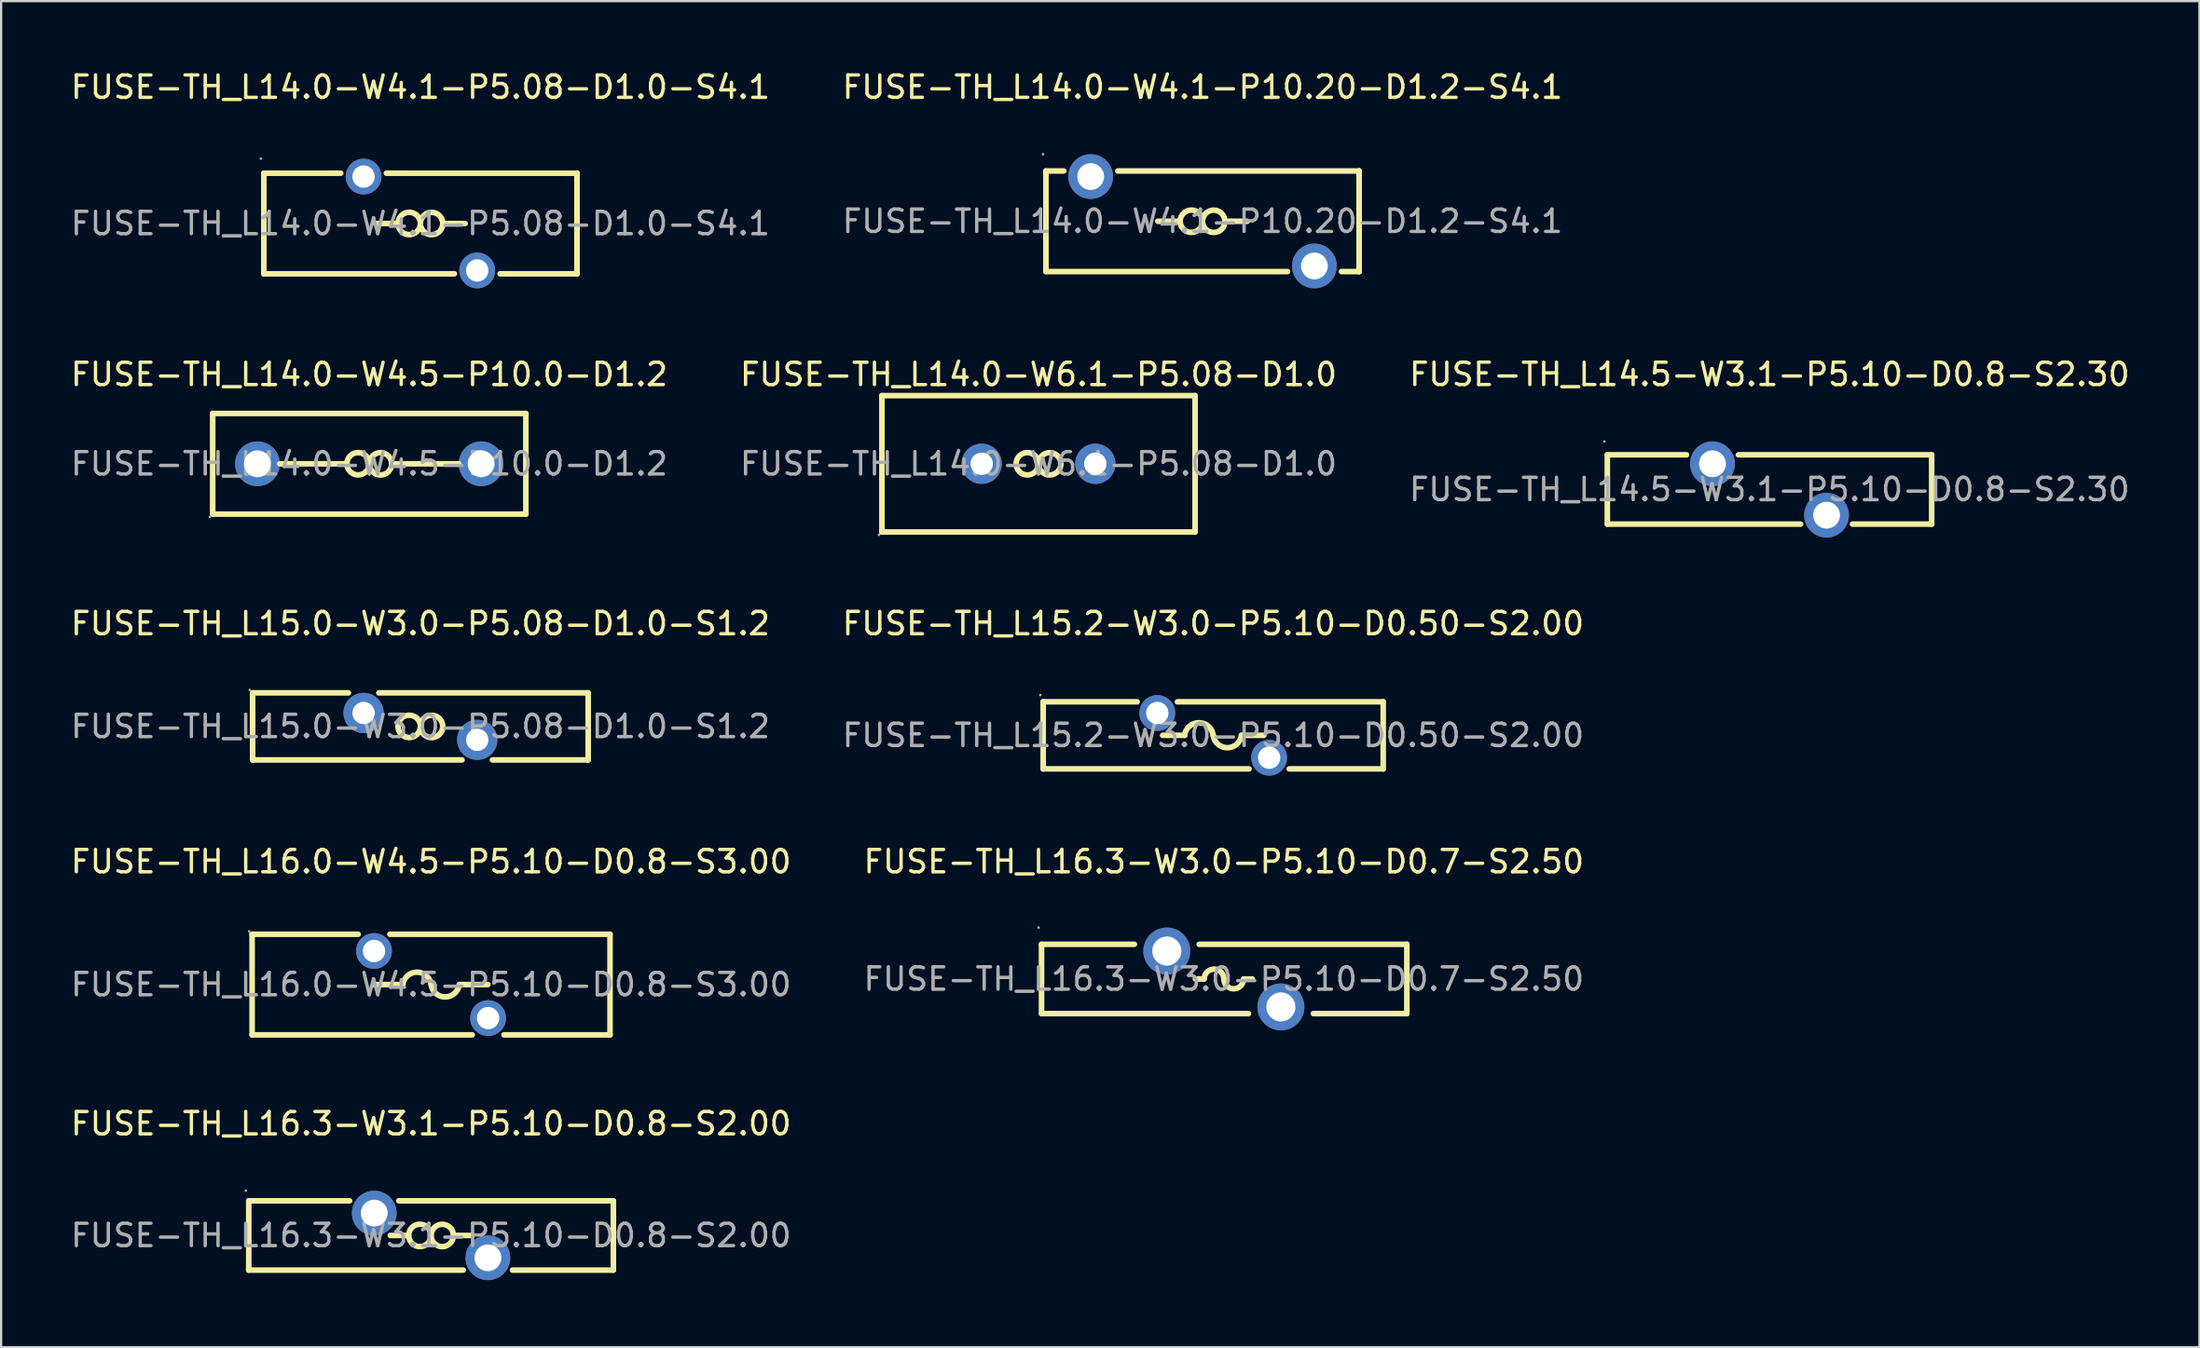
<source format=kicad_pcb>
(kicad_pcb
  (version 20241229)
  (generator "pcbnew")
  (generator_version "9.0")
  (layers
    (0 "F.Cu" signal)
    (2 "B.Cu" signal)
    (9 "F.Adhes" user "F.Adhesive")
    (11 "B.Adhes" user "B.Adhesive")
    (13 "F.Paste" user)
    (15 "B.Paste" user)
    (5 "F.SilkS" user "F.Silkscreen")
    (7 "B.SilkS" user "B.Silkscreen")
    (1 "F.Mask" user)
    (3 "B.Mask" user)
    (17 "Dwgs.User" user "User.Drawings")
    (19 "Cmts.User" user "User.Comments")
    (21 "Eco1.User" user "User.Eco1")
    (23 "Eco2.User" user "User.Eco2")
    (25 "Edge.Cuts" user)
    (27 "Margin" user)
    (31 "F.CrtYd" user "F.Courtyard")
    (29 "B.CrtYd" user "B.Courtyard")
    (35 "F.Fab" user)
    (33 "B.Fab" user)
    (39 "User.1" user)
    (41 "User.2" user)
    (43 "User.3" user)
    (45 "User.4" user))
  (footprint "FUSE-TH_L14.0-W4.1-P5.08-D1.0-S4.1"
    (layer "F.Cu")
    (at 15.744 6.948)
    (property "Reference" "FUSE-TH_L14.0-W4.1-P5.08-D1.0-S4.1" (at 0 -6.1 0) (layer "F.SilkS") (effects (font (size 1 1) (thickness 0.15))))
    (attr through_hole)
    (fp_line (start -7 -2.25) (end -3.56 -2.25) (stroke (width 0.25) (type solid)) (layer "F.SilkS"))
    (fp_line (start -7 2.25) (end -7 -2.25) (stroke (width 0.25) (type solid)) (layer "F.SilkS"))
    (fp_line (start -1.52 -2.25) (end 7 -2.25) (stroke (width 0.25) (type solid)) (layer "F.SilkS"))
    (fp_line (start -1 0) (end -2 0) (stroke (width 0.25) (type solid)) (layer "F.SilkS"))
    (fp_line (start 1 0) (end 2 0) (stroke (width 0.25) (type solid)) (layer "F.SilkS"))
    (fp_line (start 1.52 2.25) (end -7 2.25) (stroke (width 0.25) (type solid)) (layer "F.SilkS"))
    (fp_line (start 7 -2.25) (end 7 2.25) (stroke (width 0.25) (type solid)) (layer "F.SilkS"))
    (fp_line (start 7 -2.25) (end 7 2.25) (stroke (width 0.25) (type solid)) (layer "F.SilkS"))
    (fp_line (start 7 2.25) (end 3.56 2.25) (stroke (width 0.25) (type solid)) (layer "F.SilkS"))
    (fp_arc (start -0.000076 0.008726) (mid -0.999981 -0.004363) (end 0 0) (stroke (width 0.25) (type solid)) (layer "F.SilkS"))
    (fp_arc (start 0.000076 -0.008726) (mid 0.999981 0.004363) (end 0 0) (stroke (width 0.25) (type solid)) (layer "F.SilkS"))
    (fp_circle (center -7.13 -2.9) (end -7.1 -2.9) (stroke (width 0.06) (type solid)) (fill no) (layer "F.Fab"))
    (fp_circle (center -2.54 -2.1) (end -2.34 -2.1) (stroke (width 0.4) (type solid)) (fill no) (layer "F.Fab"))
    (fp_circle (center 2.54 2.1) (end 2.74 2.1) (stroke (width 0.4) (type solid)) (fill no) (layer "F.Fab"))
    (fp_text user "${REFERENCE}" (at 0 0 0) (layer "F.Fab") (effects (font (size 1 1) (thickness 0.15))))
    (pad "1" thru_hole circle (at -2.54 -2.1) (size 1.6 1.6) (drill 1) (layers "*.Cu" "*.Paste" "*.Mask"))
    (pad "2" thru_hole circle (at 2.54 2.1) (size 1.6 1.6) (drill 1) (layers "*.Cu" "*.Paste" "*.Mask")))
  (footprint "FUSE-TH_L14.0-W4.5-P10.0-D1.2"
    (layer "F.Cu")
    (at 13.458 17.697)
    (property "Reference" "FUSE-TH_L14.0-W4.5-P10.0-D1.2" (at 0 -4 0) (layer "F.SilkS") (effects (font (size 1 1) (thickness 0.15))))
    (attr through_hole)
    (fp_line (start -7 -2.25) (end 7 -2.25) (stroke (width 0.25) (type solid)) (layer "F.SilkS"))
    (fp_line (start -7 2.25) (end -7 -2.25) (stroke (width 0.25) (type solid)) (layer "F.SilkS"))
    (fp_line (start -2 0) (end -4 0) (stroke (width 0.25) (type solid)) (layer "F.SilkS"))
    (fp_line (start -1 0) (end -2 0) (stroke (width 0.25) (type solid)) (layer "F.SilkS"))
    (fp_line (start 1 0) (end 2 0) (stroke (width 0.25) (type solid)) (layer "F.SilkS"))
    (fp_line (start 2 0) (end 4 0) (stroke (width 0.25) (type solid)) (layer "F.SilkS"))
    (fp_line (start 7 -2.25) (end 7 2.25) (stroke (width 0.25) (type solid)) (layer "F.SilkS"))
    (fp_line (start 7 2.25) (end -7 2.25) (stroke (width 0.25) (type solid)) (layer "F.SilkS"))
    (fp_arc (start -0.000076 0.008726) (mid -0.999981 -0.004363) (end 0 0) (stroke (width 0.25) (type solid)) (layer "F.SilkS"))
    (fp_arc (start 0.000076 -0.008726) (mid 0.999981 0.004363) (end 0 0) (stroke (width 0.25) (type solid)) (layer "F.SilkS"))
    (fp_circle (center -7.13 2.38) (end -7.1 2.38) (stroke (width 0.06) (type solid)) (fill no) (layer "F.Fab"))
    (fp_circle (center -5 0) (end -4.75 0) (stroke (width 0.5) (type solid)) (fill no) (layer "F.Fab"))
    (fp_circle (center 5 0) (end 5.25 0) (stroke (width 0.5) (type solid)) (fill no) (layer "F.Fab"))
    (fp_text user "${REFERENCE}" (at 0 0 0) (layer "F.Fab") (effects (font (size 1 1) (thickness 0.15))))
    (pad "1" thru_hole circle (at -5 0) (size 2 2) (drill 1.2) (layers "*.Cu" "*.Paste" "*.Mask"))
    (pad "2" thru_hole circle (at 5 0) (size 2 2) (drill 1.2) (layers "*.Cu" "*.Paste" "*.Mask")))
  (footprint "FUSE-TH_L16.3-W3.0-P5.10-D0.7-S2.50"
    (layer "F.Cu")
    (at 51.661 40.743)
    (property "Reference" "FUSE-TH_L16.3-W3.0-P5.10-D0.7-S2.50" (at 0 -5.25 0) (layer "F.SilkS") (effects (font (size 1 1) (thickness 0.15))))
    (attr through_hole)
    (fp_line (start -8.15 -1.55) (end -8.15 1.55) (stroke (width 0.25) (type solid)) (layer "F.SilkS"))
    (fp_line (start -8.15 -1.55) (end -4 -1.55) (stroke (width 0.25) (type solid)) (layer "F.SilkS"))
    (fp_line (start -8.15 1.55) (end 1.1 1.55) (stroke (width 0.25) (type solid)) (layer "F.SilkS"))
    (fp_line (start -1.27 0) (end -0.89 0) (stroke (width 0.25) (type solid)) (layer "F.SilkS"))
    (fp_line (start -1.1 -1.55) (end 8.18 -1.55) (stroke (width 0.25) (type solid)) (layer "F.SilkS"))
    (fp_line (start 1.27 0) (end 0.89 0) (stroke (width 0.25) (type solid)) (layer "F.SilkS"))
    (fp_line (start 4 1.55) (end 8.18 1.55) (stroke (width 0.25) (type solid)) (layer "F.SilkS"))
    (fp_line (start 8.18 -1.55) (end 8.18 1.55) (stroke (width 0.25) (type solid)) (layer "F.SilkS"))
    (fp_arc (start -0.88 0) (mid -0.44 -0.44) (end 0 0) (stroke (width 0.25) (type solid)) (layer "F.SilkS"))
    (fp_arc (start 0.88 0) (mid 0.44 0.44) (end 0 0) (stroke (width 0.25) (type solid)) (layer "F.SilkS"))
    (fp_circle (center -8.28 -2.3) (end -8.25 -2.3) (stroke (width 0.06) (type solid)) (fill no) (layer "F.Fab"))
    (fp_circle (center -2.55 -1.25) (end -2.27 -1.25) (stroke (width 0.55) (type solid)) (fill no) (layer "F.Fab"))
    (fp_circle (center 2.55 1.25) (end 2.83 1.25) (stroke (width 0.55) (type solid)) (fill no) (layer "F.Fab"))
    (fp_text user "${REFERENCE}" (at 0 0 0) (layer "F.Fab") (effects (font (size 1 1) (thickness 0.15))))
    (pad "1" thru_hole circle (at -2.55 -1.25) (size 2.1 2.1) (drill 1.3) (layers "*.Cu" "*.Paste" "*.Mask"))
    (pad "2" thru_hole circle (at 2.55 1.25) (size 2.1 2.1) (drill 1.3) (layers "*.Cu" "*.Paste" "*.Mask")))
  (footprint "FUSE-TH_L16.3-W3.1-P5.10-D0.8-S2.00"
    (layer "F.Cu")
    (at 16.22 52.216)
    (property "Reference" "FUSE-TH_L16.3-W3.1-P5.10-D0.8-S2.00" (at 0 -5 0) (layer "F.SilkS") (effects (font (size 1 1) (thickness 0.15))))
    (attr through_hole)
    (fp_line (start -8.15 -1.55) (end -3.64 -1.55) (stroke (width 0.25) (type solid)) (layer "F.SilkS"))
    (fp_line (start -8.15 1.55) (end -8.15 -1.55) (stroke (width 0.25) (type solid)) (layer "F.SilkS"))
    (fp_line (start -8.15 1.55) (end 1.44 1.55) (stroke (width 0.25) (type solid)) (layer "F.SilkS"))
    (fp_line (start -1.44 -1.55) (end 8 -1.55) (stroke (width 0.25) (type solid)) (layer "F.SilkS"))
    (fp_line (start -1 0) (end -1.82 0) (stroke (width 0.25) (type solid)) (layer "F.SilkS"))
    (fp_line (start 1 0) (end 1.82 0) (stroke (width 0.25) (type solid)) (layer "F.SilkS"))
    (fp_line (start 3.64 1.55) (end 8.15 1.55) (stroke (width 0.25) (type solid)) (layer "F.SilkS"))
    (fp_line (start 8 -1.55) (end 8.15 -1.55) (stroke (width 0.25) (type solid)) (layer "F.SilkS"))
    (fp_line (start 8.15 -1.55) (end 8.15 1.55) (stroke (width 0.25) (type solid)) (layer "F.SilkS"))
    (fp_arc (start -0.000076 0.008726) (mid -0.999981 -0.004363) (end 0 0) (stroke (width 0.25) (type solid)) (layer "F.SilkS"))
    (fp_arc (start 0.000076 -0.008726) (mid 0.999981 0.004363) (end 0 0) (stroke (width 0.25) (type solid)) (layer "F.SilkS"))
    (fp_circle (center -8.28 -2) (end -8.25 -2) (stroke (width 0.06) (type solid)) (fill no) (layer "F.Fab"))
    (fp_circle (center -2.54 -1) (end -2.29 -1) (stroke (width 0.5) (type solid)) (fill no) (layer "F.Fab"))
    (fp_circle (center 2.54 1) (end 2.79 1) (stroke (width 0.5) (type solid)) (fill no) (layer "F.Fab"))
    (fp_text user "${REFERENCE}" (at 0 0 0) (layer "F.Fab") (effects (font (size 1 1) (thickness 0.15))))
    (pad "1" thru_hole circle (at -2.54 -1) (size 2 2) (drill 1.2) (layers "*.Cu" "*.Paste" "*.Mask"))
    (pad "2" thru_hole circle (at 2.54 1) (size 2 2) (drill 1.2) (layers "*.Cu" "*.Paste" "*.Mask")))
  (footprint "FUSE-TH_L14.0-W4.1-P10.20-D1.2-S4.1"
    (layer "F.Cu")
    (at 50.708 6.848)
    (property "Reference" "FUSE-TH_L14.0-W4.1-P10.20-D1.2-S4.1" (at 0 -6 0) (layer "F.SilkS") (effects (font (size 1 1) (thickness 0.15))))
    (attr through_hole)
    (fp_line (start -7 -2.25) (end -6.2 -2.25) (stroke (width 0.25) (type solid)) (layer "F.SilkS"))
    (fp_line (start -7 2.25) (end -7 -2.25) (stroke (width 0.25) (type solid)) (layer "F.SilkS"))
    (fp_line (start -3.79 -2.25) (end 7 -2.25) (stroke (width 0.25) (type solid)) (layer "F.SilkS"))
    (fp_line (start -1 0) (end -2 0) (stroke (width 0.25) (type solid)) (layer "F.SilkS"))
    (fp_line (start 1 0) (end 2 0) (stroke (width 0.25) (type solid)) (layer "F.SilkS"))
    (fp_line (start 3.8 2.25) (end -7 2.25) (stroke (width 0.25) (type solid)) (layer "F.SilkS"))
    (fp_line (start 7 -2.25) (end 7 2.25) (stroke (width 0.25) (type solid)) (layer "F.SilkS"))
    (fp_line (start 7 -2.25) (end 7 2.25) (stroke (width 0.25) (type solid)) (layer "F.SilkS"))
    (fp_line (start 7 2.25) (end 6.21 2.25) (stroke (width 0.25) (type solid)) (layer "F.SilkS"))
    (fp_arc (start -0.000076 0.008726) (mid -0.999981 -0.004363) (end 0 0) (stroke (width 0.25) (type solid)) (layer "F.SilkS"))
    (fp_arc (start 0.000076 -0.008726) (mid 0.999981 0.004363) (end 0 0) (stroke (width 0.25) (type solid)) (layer "F.SilkS"))
    (fp_circle (center -7.13 -3) (end -7.1 -3) (stroke (width 0.06) (type solid)) (fill no) (layer "F.Fab"))
    (fp_circle (center -5 -2) (end -4.75 -2) (stroke (width 0.5) (type solid)) (fill no) (layer "F.Fab"))
    (fp_circle (center 5 2) (end 5.25 2) (stroke (width 0.5) (type solid)) (fill no) (layer "F.Fab"))
    (fp_text user "${REFERENCE}" (at 0 0 0) (layer "F.Fab") (effects (font (size 1 1) (thickness 0.15))))
    (pad "1" thru_hole circle (at -5 -2) (size 2 2) (drill 1.2) (layers "*.Cu" "*.Paste" "*.Mask"))
    (pad "2" thru_hole circle (at 5 2) (size 2 2) (drill 1.2) (layers "*.Cu" "*.Paste" "*.Mask")))
  (footprint "FUSE-TH_L16.0-W4.5-P5.10-D0.8-S3.00"
    (layer "F.Cu")
    (at 16.22 40.993)
    (property "Reference" "FUSE-TH_L16.0-W4.5-P5.10-D0.8-S3.00" (at 0 -5.5 0) (layer "F.SilkS") (effects (font (size 1 1) (thickness 0.15))))
    (attr through_hole)
    (fp_line (start -8 -2.25) (end -3.26 -2.25) (stroke (width 0.25) (type solid)) (layer "F.SilkS"))
    (fp_line (start -8 2.25) (end -8 -2.25) (stroke (width 0.25) (type solid)) (layer "F.SilkS"))
    (fp_line (start -8 2.25) (end 1.84 2.25) (stroke (width 0.25) (type solid)) (layer "F.SilkS"))
    (fp_line (start -2.54 0) (end -1.27 0) (stroke (width 0.25) (type solid)) (layer "F.SilkS"))
    (fp_line (start -1.84 -2.25) (end 8 -2.25) (stroke (width 0.25) (type solid)) (layer "F.SilkS"))
    (fp_line (start 2.54 0) (end 1.27 0) (stroke (width 0.25) (type solid)) (layer "F.SilkS"))
    (fp_line (start 3.26 2.25) (end 8 2.25) (stroke (width 0.25) (type solid)) (layer "F.SilkS"))
    (fp_line (start 8 -2.25) (end 8 2.25) (stroke (width 0.25) (type solid)) (layer "F.SilkS"))
    (fp_arc (start -1.260199 0.001582) (mid -0.630797 -0.555059) (end 0 0) (stroke (width 0.25) (type solid)) (layer "F.SilkS"))
    (fp_arc (start 1.260199 -0.001582) (mid 0.630797 0.555059) (end 0 0) (stroke (width 0.25) (type solid)) (layer "F.SilkS"))
    (fp_circle (center -8.13 -2.38) (end -8.1 -2.38) (stroke (width 0.06) (type solid)) (fill no) (layer "F.Fab"))
    (fp_circle (center -2.55 -1.5) (end -2.35 -1.5) (stroke (width 0.4) (type solid)) (fill no) (layer "F.Fab"))
    (fp_circle (center 2.55 1.5) (end 2.75 1.5) (stroke (width 0.4) (type solid)) (fill no) (layer "F.Fab"))
    (fp_text user "${REFERENCE}" (at 0 0 0) (layer "F.Fab") (effects (font (size 1 1) (thickness 0.15))))
    (pad "1" thru_hole circle (at -2.55 -1.5) (size 1.6 1.6) (drill 1) (layers "*.Cu" "*.Paste" "*.Mask"))
    (pad "2" thru_hole circle (at 2.55 1.5) (size 1.6 1.6) (drill 1) (layers "*.Cu" "*.Paste" "*.Mask")))
  (footprint "FUSE-TH_L14.5-W3.1-P5.10-D0.8-S2.30"
    (layer "F.Cu")
    (at 76.054 18.846)
    (property "Reference" "FUSE-TH_L14.5-W3.1-P5.10-D0.8-S2.30" (at 0 -5.15 0) (layer "F.SilkS") (effects (font (size 1 1) (thickness 0.15))))
    (attr through_hole)
    (fp_line (start -7.25 -1.55) (end -3.71 -1.55) (stroke (width 0.25) (type solid)) (layer "F.SilkS"))
    (fp_line (start -7.25 1.55) (end -7.25 -1.55) (stroke (width 0.25) (type solid)) (layer "F.SilkS"))
    (fp_line (start -7.25 1.55) (end 1.39 1.55) (stroke (width 0.25) (type solid)) (layer "F.SilkS"))
    (fp_line (start -1.39 -1.55) (end 7.25 -1.55) (stroke (width 0.25) (type solid)) (layer "F.SilkS"))
    (fp_line (start 3.71 1.55) (end 7.25 1.55) (stroke (width 0.25) (type solid)) (layer "F.SilkS"))
    (fp_line (start 7.25 -1.55) (end 7.25 1.55) (stroke (width 0.25) (type solid)) (layer "F.SilkS"))
    (fp_circle (center -7.38 -2.15) (end -7.35 -2.15) (stroke (width 0.06) (type solid)) (fill no) (layer "F.Fab"))
    (fp_circle (center -2.55 -1.15) (end -2.3 -1.15) (stroke (width 0.5) (type solid)) (fill no) (layer "F.Fab"))
    (fp_circle (center 2.55 1.15) (end 2.8 1.15) (stroke (width 0.5) (type solid)) (fill no) (layer "F.Fab"))
    (fp_text user "${REFERENCE}" (at 0 0 0) (layer "F.Fab") (effects (font (size 1 1) (thickness 0.15))))
    (pad "1" thru_hole circle (at -2.55 -1.15) (size 2 2) (drill 1.2) (layers "*.Cu" "*.Paste" "*.Mask"))
    (pad "2" thru_hole circle (at 2.55 1.15) (size 2 2) (drill 1.2) (layers "*.Cu" "*.Paste" "*.Mask")))
  (footprint "FUSE-TH_L15.2-W3.0-P5.10-D0.50-S2.00"
    (layer "F.Cu")
    (at 51.185 29.845)
    (property "Reference" "FUSE-TH_L15.2-W3.0-P5.10-D0.50-S2.00" (at 0 -5 0) (layer "F.SilkS") (effects (font (size 1 1) (thickness 0.15))))
    (attr through_hole)
    (fp_line (start -7.6 -1.5) (end -3.4 -1.5) (stroke (width 0.25) (type solid)) (layer "F.SilkS"))
    (fp_line (start -7.6 1.5) (end -7.6 -1.5) (stroke (width 0.25) (type solid)) (layer "F.SilkS"))
    (fp_line (start -7.6 1.5) (end 1.6 1.5) (stroke (width 0.25) (type solid)) (layer "F.SilkS"))
    (fp_line (start -2.26 0) (end -1.27 0) (stroke (width 0.25) (type solid)) (layer "F.SilkS"))
    (fp_line (start -1.6 -1.5) (end 7.6 -1.5) (stroke (width 0.25) (type solid)) (layer "F.SilkS"))
    (fp_line (start 2.26 0) (end 1.27 0) (stroke (width 0.25) (type solid)) (layer "F.SilkS"))
    (fp_line (start 3.4 1.5) (end 7.6 1.5) (stroke (width 0.25) (type solid)) (layer "F.SilkS"))
    (fp_line (start 7.6 -1.5) (end 7.6 1.5) (stroke (width 0.25) (type solid)) (layer "F.SilkS"))
    (fp_arc (start -1.279888 -0.000893) (mid -0.63955 -0.564981) (end 0 0) (stroke (width 0.25) (type solid)) (layer "F.SilkS"))
    (fp_arc (start 1.260199 -0.001582) (mid 0.630797 0.555059) (end 0 0) (stroke (width 0.25) (type solid)) (layer "F.SilkS"))
    (fp_circle (center -7.73 -1.8) (end -7.7 -1.8) (stroke (width 0.06) (type solid)) (fill no) (layer "F.Fab"))
    (fp_circle (center -2.5 -1) (end -2.3 -1) (stroke (width 0.4) (type solid)) (fill no) (layer "F.Fab"))
    (fp_circle (center 2.5 1) (end 2.7 1) (stroke (width 0.4) (type solid)) (fill no) (layer "F.Fab"))
    (fp_text user "${REFERENCE}" (at 0 0 0) (layer "F.Fab") (effects (font (size 1 1) (thickness 0.15))))
    (pad "1" thru_hole circle (at -2.5 -1) (size 1.6 1.6) (drill 1) (layers "*.Cu" "*.Paste" "*.Mask"))
    (pad "2" thru_hole circle (at 2.5 1) (size 1.6 1.6) (drill 1) (layers "*.Cu" "*.Paste" "*.Mask")))
  (footprint "FUSE-TH_L14.0-W6.1-P5.08-D1.0"
    (layer "F.Cu")
    (at 43.375 17.697)
    (property "Reference" "FUSE-TH_L14.0-W6.1-P5.08-D1.0" (at 0 -4 0) (layer "F.SilkS") (effects (font (size 1 1) (thickness 0.15))))
    (attr through_hole)
    (fp_line (start -7 -3.05) (end 7 -3.05) (stroke (width 0.25) (type solid)) (layer "F.SilkS"))
    (fp_line (start -7 3.05) (end -7 -3.05) (stroke (width 0.25) (type solid)) (layer "F.SilkS"))
    (fp_line (start -7 3.05) (end 7 3.05) (stroke (width 0.25) (type solid)) (layer "F.SilkS"))
    (fp_line (start 7 -3.05) (end 7 3.05) (stroke (width 0.25) (type solid)) (layer "F.SilkS"))
    (fp_arc (start -0.000076 0.008726) (mid -0.999981 -0.004363) (end 0 0) (stroke (width 0.25) (type solid)) (layer "F.SilkS"))
    (fp_arc (start 0.000076 -0.008726) (mid 0.999981 0.004363) (end 0 0) (stroke (width 0.25) (type solid)) (layer "F.SilkS"))
    (fp_circle (center -7.13 3.18) (end -7.1 3.18) (stroke (width 0.06) (type solid)) (fill no) (layer "F.Fab"))
    (fp_circle (center -2.54 0) (end -2.34 0) (stroke (width 0.4) (type solid)) (fill no) (layer "F.Fab"))
    (fp_circle (center 2.54 0) (end 2.74 0) (stroke (width 0.4) (type solid)) (fill no) (layer "F.Fab"))
    (fp_text user "${REFERENCE}" (at 0 0 0) (layer "F.Fab") (effects (font (size 1 1) (thickness 0.15))))
    (pad "1" thru_hole circle (at -2.54 0) (size 1.8 1.8) (drill 1) (layers "*.Cu" "*.Paste" "*.Mask"))
    (pad "2" thru_hole circle (at 2.54 0) (size 1.8 1.8) (drill 1) (layers "*.Cu" "*.Paste" "*.Mask")))
  (footprint "FUSE-TH_L15.0-W3.0-P5.08-D1.0-S1.2"
    (layer "F.Cu")
    (at 15.744 29.445)
    (property "Reference" "FUSE-TH_L15.0-W3.0-P5.08-D1.0-S1.2" (at 0 -4.6 0) (layer "F.SilkS") (effects (font (size 1 1) (thickness 0.15))))
    (attr through_hole)
    (fp_line (start -7.5 -1.5) (end -3.22 -1.5) (stroke (width 0.25) (type solid)) (layer "F.SilkS"))
    (fp_line (start -7.5 1.5) (end -7.5 -1.5) (stroke (width 0.25) (type solid)) (layer "F.SilkS"))
    (fp_line (start -1.86 -1.5) (end 7.5 -1.5) (stroke (width 0.25) (type solid)) (layer "F.SilkS"))
    (fp_line (start 1.86 1.5) (end -7.5 1.5) (stroke (width 0.25) (type solid)) (layer "F.SilkS"))
    (fp_line (start 7.5 -1.5) (end 7.5 1.5) (stroke (width 0.25) (type solid)) (layer "F.SilkS"))
    (fp_line (start 7.5 1.5) (end 3.22 1.5) (stroke (width 0.25) (type solid)) (layer "F.SilkS"))
    (fp_arc (start -0.000076 0.008726) (mid -0.999981 -0.004363) (end 0 0) (stroke (width 0.25) (type solid)) (layer "F.SilkS"))
    (fp_arc (start 0.000076 -0.008726) (mid 0.999981 0.004363) (end 0 0) (stroke (width 0.25) (type solid)) (layer "F.SilkS"))
    (fp_circle (center -7.63 -1.63) (end -7.6 -1.63) (stroke (width 0.06) (type solid)) (fill no) (layer "F.Fab"))
    (fp_circle (center -2.54 -0.6) (end -2.34 -0.6) (stroke (width 0.4) (type solid)) (fill no) (layer "F.Fab"))
    (fp_circle (center 2.54 0.6) (end 2.74 0.6) (stroke (width 0.4) (type solid)) (fill no) (layer "F.Fab"))
    (fp_text user "${REFERENCE}" (at 0 0 0) (layer "F.Fab") (effects (font (size 1 1) (thickness 0.15))))
    (pad "1" thru_hole circle (at -2.54 -0.6) (size 1.8 1.8) (drill 1) (layers "*.Cu" "*.Paste" "*.Mask"))
    (pad "2" thru_hole circle (at 2.54 0.6) (size 1.8 1.8) (drill 1) (layers "*.Cu" "*.Paste" "*.Mask")))
  (gr_rect
    (start -3 -3)
    (end 95.274 57.216)
    (stroke (width 0.1) (type default))
    (fill no)
    (layer "Edge.Cuts")))
</source>
